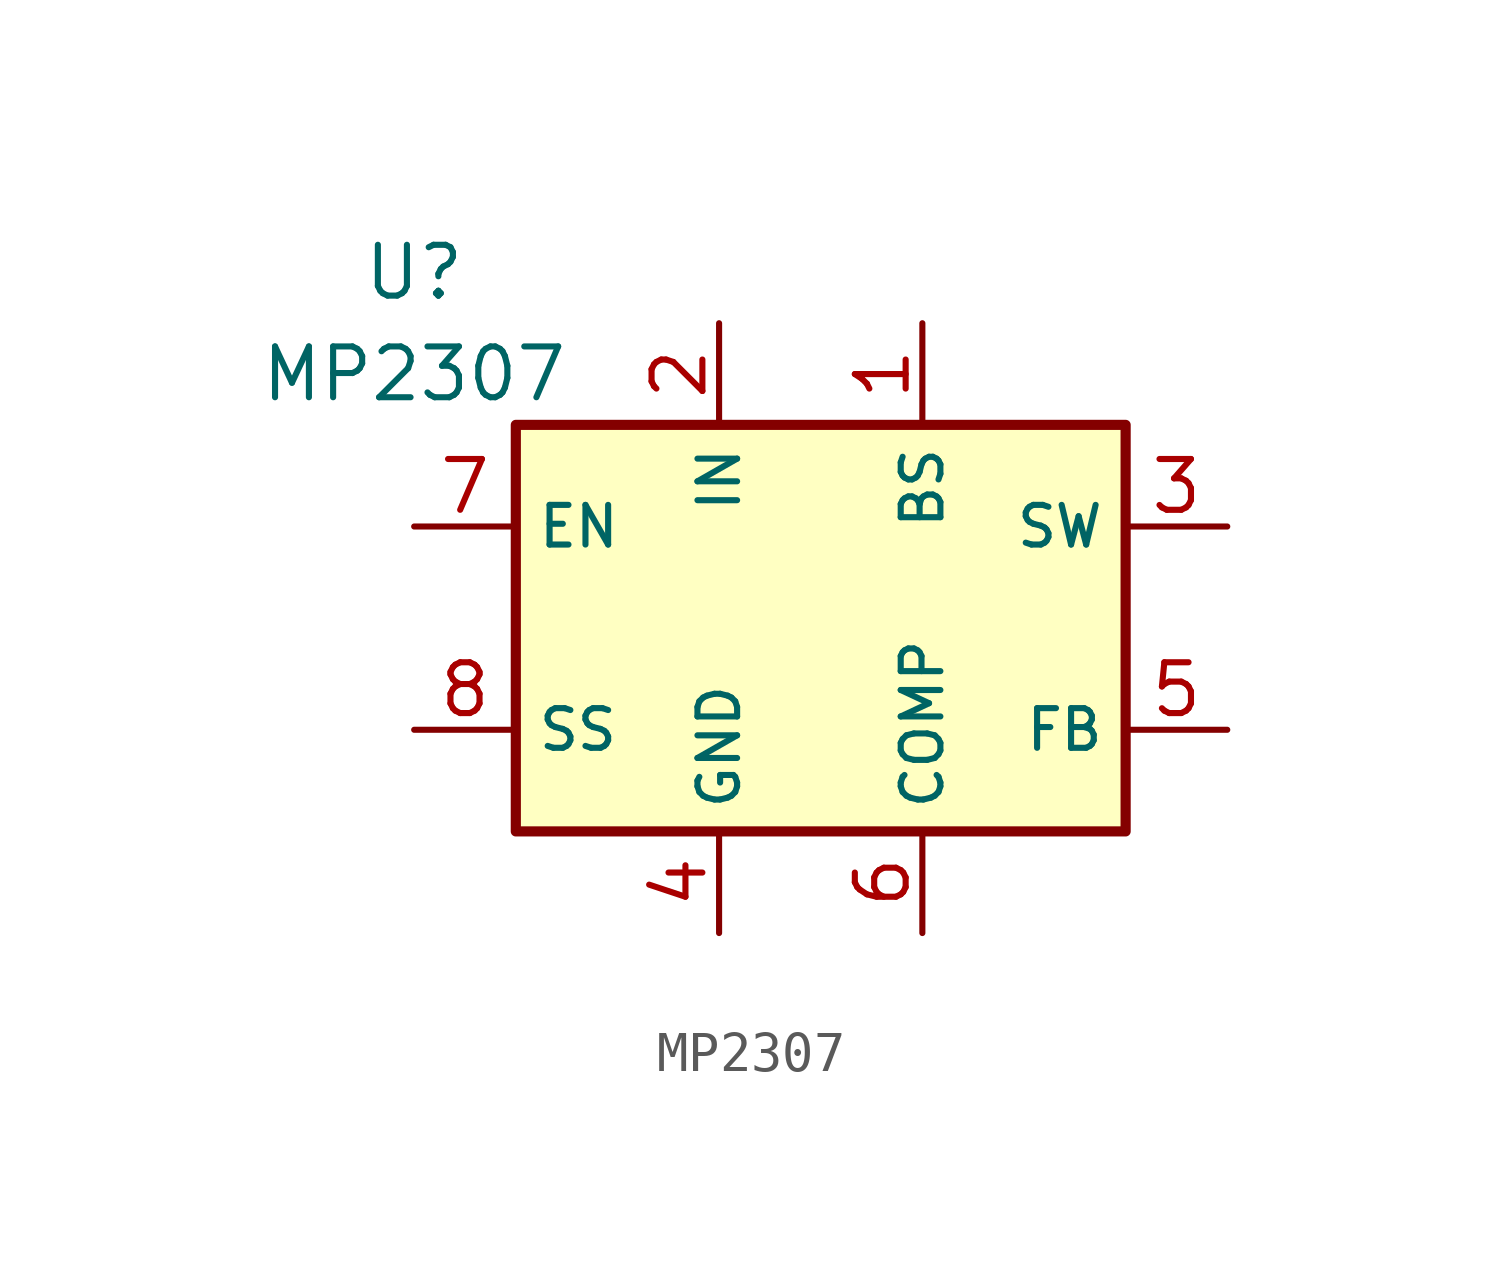
<source format=kicad_sym>
(kicad_symbol_lib
  (version 20211014)
  (generator kicad_symbol_editor)
  (symbol "MP2307"
    (property "Reference" "U"
      (at 0 6.35 0)
      (effects (font (size 1.27 1.27))))
    (property "Value" "MP2307"
      (at 0 3.81 0)
      (effects (font (size 1.27 1.27))))
    (symbol "MP2307_0_1"
      (rectangle (start 2.54 2.54) (end 17.78 -7.62) (stroke (width 0.254) (type default) (color 0 0 0 0)) (fill (type background))))
    (symbol "MP2307_1_1"
      (pin input line (at 12.7 5.08 270) (length 2.54) (name "BS" (effects (font (size 0.991 0.991)))) (number "1" (effects (font (size 1.27 1.27)))))
      (pin power_in line (at 7.62 5.08 270) (length 2.54) (name "IN" (effects (font (size 0.991 0.991)))) (number "2" (effects (font (size 1.27 1.27)))))
      (pin output line (at 20.32 0 180) (length 2.54) (name "SW" (effects (font (size 0.991 0.991)))) (number "3" (effects (font (size 1.27 1.27)))))
      (pin power_in line (at 7.62 -10.16 90) (length 2.54) (name "GND" (effects (font (size 0.991 0.991)))) (number "4" (effects (font (size 1.27 1.27)))))
      (pin input line (at 20.32 -5.08 180) (length 2.54) (name "FB" (effects (font (size 0.991 0.991)))) (number "5" (effects (font (size 1.27 1.27)))))
      (pin input line (at 12.7 -10.16 90) (length 2.54) (name "COMP" (effects (font (size 0.991 0.991)))) (number "6" (effects (font (size 1.27 1.27)))))
      (pin input line (at 0 0 0) (length 2.54) (name "EN" (effects (font (size 0.991 0.991)))) (number "7" (effects (font (size 1.27 1.27)))))
      (pin input line (at 0 -5.08 0) (length 2.54) (name "SS" (effects (font (size 0.991 0.991)))) (number "8" (effects (font (size 1.27 1.27))))))))
</source>
